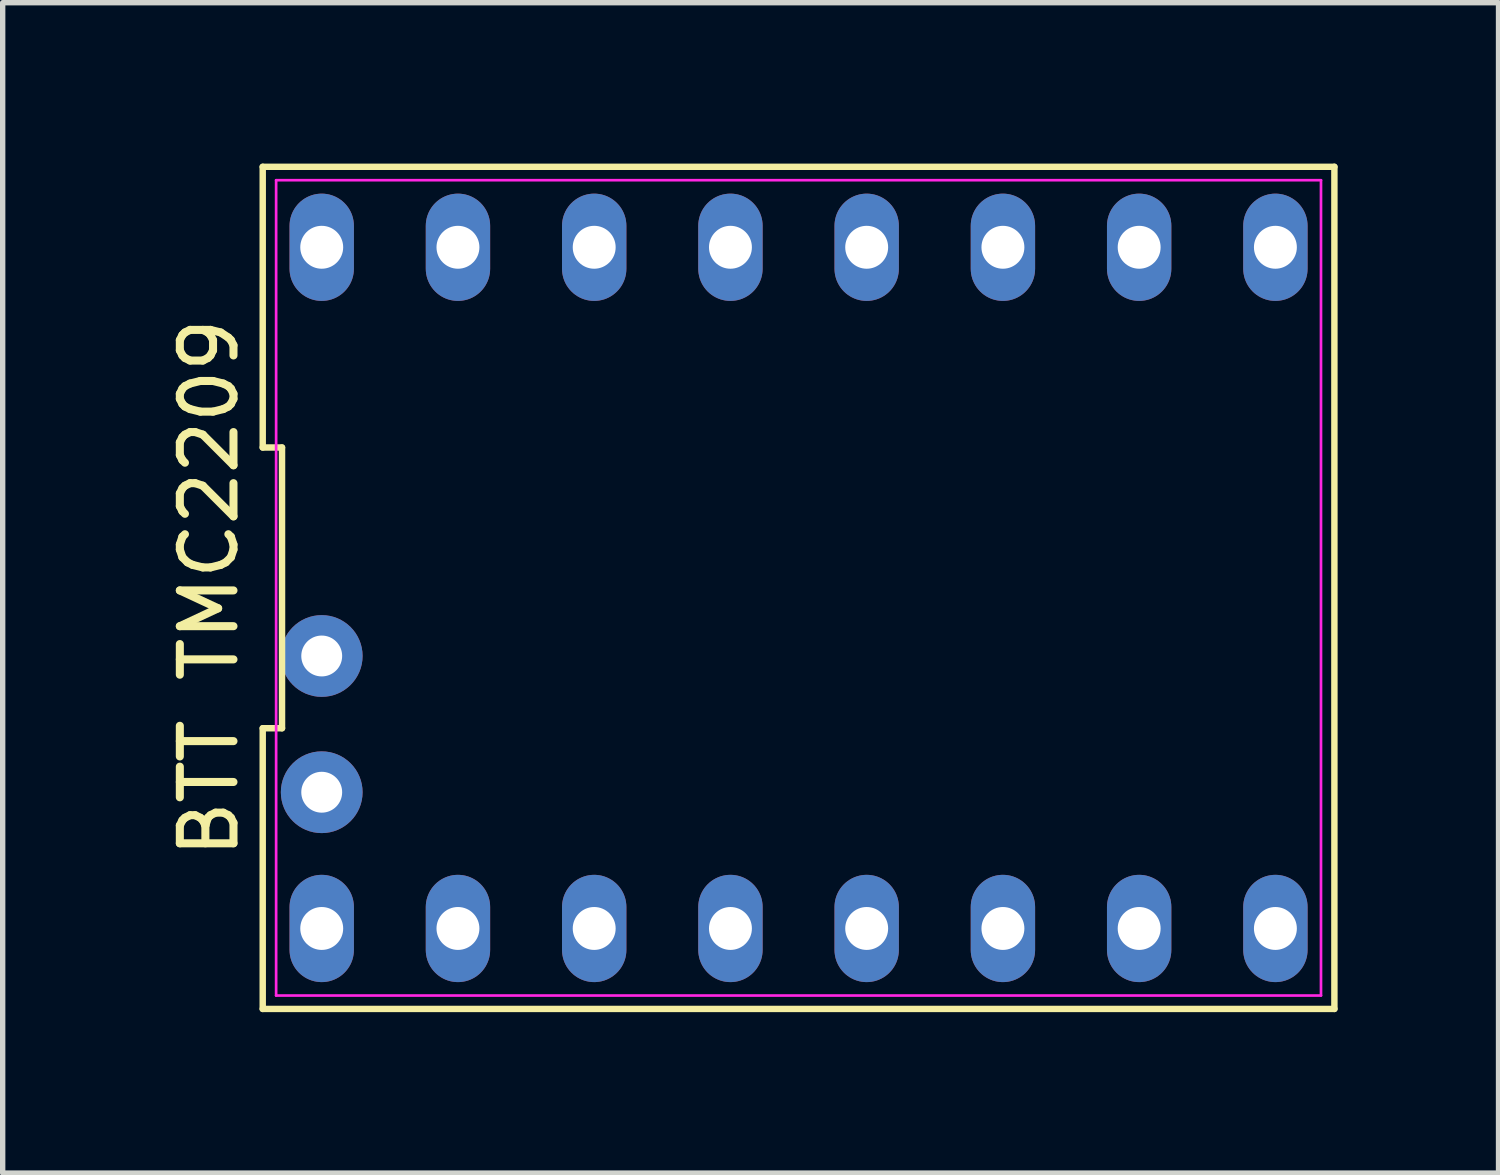
<source format=kicad_pcb>
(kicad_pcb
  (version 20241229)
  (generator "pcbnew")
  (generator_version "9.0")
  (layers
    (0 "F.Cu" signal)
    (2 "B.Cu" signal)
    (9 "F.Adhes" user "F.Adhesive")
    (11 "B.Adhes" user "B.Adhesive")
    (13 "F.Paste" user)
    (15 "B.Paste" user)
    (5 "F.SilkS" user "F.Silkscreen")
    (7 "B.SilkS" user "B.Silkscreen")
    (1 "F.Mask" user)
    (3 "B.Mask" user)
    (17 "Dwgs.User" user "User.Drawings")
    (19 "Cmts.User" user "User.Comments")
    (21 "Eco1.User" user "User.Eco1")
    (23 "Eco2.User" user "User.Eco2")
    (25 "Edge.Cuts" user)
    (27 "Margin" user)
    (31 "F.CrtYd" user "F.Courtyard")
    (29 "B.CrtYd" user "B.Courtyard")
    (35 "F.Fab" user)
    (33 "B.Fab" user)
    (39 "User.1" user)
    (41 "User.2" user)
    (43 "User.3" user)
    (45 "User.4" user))
  (footprint "BTT TMC2209"
    (layer "F.Cu")
    (at 11.838 7.91)
    (property "Reference" "BTT TMC2209" (at -10.99 0 90) (layer "F.SilkS") (effects (font (size 1 1) (thickness 0.15))))
    (attr through_hole)
    (fp_line (start -9.99 -7.85) (end -9.99 -2.617) (stroke (width 0.12) (type default)) (layer "F.SilkS"))
    (fp_line (start -9.99 -2.617) (end -9.63 -2.617) (stroke (width 0.12) (type default)) (layer "F.SilkS"))
    (fp_line (start -9.99 2.617) (end -9.99 7.85) (stroke (width 0.12) (type default)) (layer "F.SilkS"))
    (fp_line (start -9.99 7.85) (end 9.99 7.85) (stroke (width 0.12) (type default)) (layer "F.SilkS"))
    (fp_line (start -9.63 -2.617) (end -9.63 2.617) (stroke (width 0.12) (type default)) (layer "F.SilkS"))
    (fp_line (start -9.63 2.617) (end -9.99 2.617) (stroke (width 0.12) (type default)) (layer "F.SilkS"))
    (fp_line (start 9.99 -7.85) (end -9.99 -7.85) (stroke (width 0.12) (type default)) (layer "F.SilkS"))
    (fp_line (start 9.99 7.85) (end 9.99 -7.85) (stroke (width 0.12) (type default)) (layer "F.SilkS"))
    (fp_line (start -9.74 -7.6) (end 9.74 -7.6) (stroke (width 0.05) (type default)) (layer "F.CrtYd"))
    (fp_line (start -9.74 7.6) (end -9.74 -7.6) (stroke (width 0.05) (type default)) (layer "F.CrtYd"))
    (fp_line (start 9.74 -7.6) (end 9.74 7.6) (stroke (width 0.05) (type default)) (layer "F.CrtYd"))
    (fp_line (start 9.74 7.6) (end -9.74 7.6) (stroke (width 0.05) (type default)) (layer "F.CrtYd"))
    (pad "1" thru_hole oval (at -8.89 6.35) (size 1.2 2) (drill 0.8) (layers "*.Cu" "*.Mask"))
    (pad "2" thru_hole oval (at -6.35 6.35) (size 1.2 2) (drill 0.8) (layers "*.Cu" "*.Mask"))
    (pad "3" thru_hole oval (at -3.81 6.35) (size 1.2 2) (drill 0.8) (layers "*.Cu" "*.Mask"))
    (pad "4" thru_hole oval (at -1.27 6.35) (size 1.2 2) (drill 0.8) (layers "*.Cu" "*.Mask"))
    (pad "5" thru_hole oval (at 1.27 6.35) (size 1.2 2) (drill 0.8) (layers "*.Cu" "*.Mask"))
    (pad "6" thru_hole oval (at 3.81 6.35) (size 1.2 2) (drill 0.8) (layers "*.Cu" "*.Mask"))
    (pad "7" thru_hole oval (at 6.35 6.35) (size 1.2 2) (drill 0.8) (layers "*.Cu" "*.Mask"))
    (pad "8" thru_hole oval (at 8.89 6.35) (size 1.2 2) (drill 0.8) (layers "*.Cu" "*.Mask"))
    (pad "9" thru_hole oval (at 8.89 -6.35) (size 1.2 2) (drill 0.8) (layers "*.Cu" "*.Mask"))
    (pad "10" thru_hole oval (at 6.35 -6.35) (size 1.2 2) (drill 0.8) (layers "*.Cu" "*.Mask"))
    (pad "11" thru_hole oval (at 3.81 -6.35) (size 1.2 2) (drill 0.8) (layers "*.Cu" "*.Mask"))
    (pad "12" thru_hole oval (at 1.27 -6.35) (size 1.2 2) (drill 0.8) (layers "*.Cu" "*.Mask"))
    (pad "13" thru_hole oval (at -1.27 -6.35) (size 1.2 2) (drill 0.8) (layers "*.Cu" "*.Mask"))
    (pad "14" thru_hole oval (at -3.81 -6.35) (size 1.2 2) (drill 0.8) (layers "*.Cu" "*.Mask"))
    (pad "15" thru_hole oval (at -6.35 -6.35) (size 1.2 2) (drill 0.8) (layers "*.Cu" "*.Mask"))
    (pad "16" thru_hole oval (at -8.89 -6.35) (size 1.2 2) (drill 0.8) (layers "*.Cu" "*.Mask"))
    (pad "17" thru_hole circle (at -8.89 3.81) (size 1.524 1.524) (drill 0.762) (layers "*.Cu" "*.Mask"))
    (pad "18" thru_hole circle (at -8.89 1.27) (size 1.524 1.524) (drill 0.762) (layers "*.Cu" "*.Mask")))
  (gr_rect
    (start -3 -3)
    (end 24.888 18.82)
    (stroke (width 0.1) (type default))
    (fill no)
    (layer "Edge.Cuts")))
</source>
